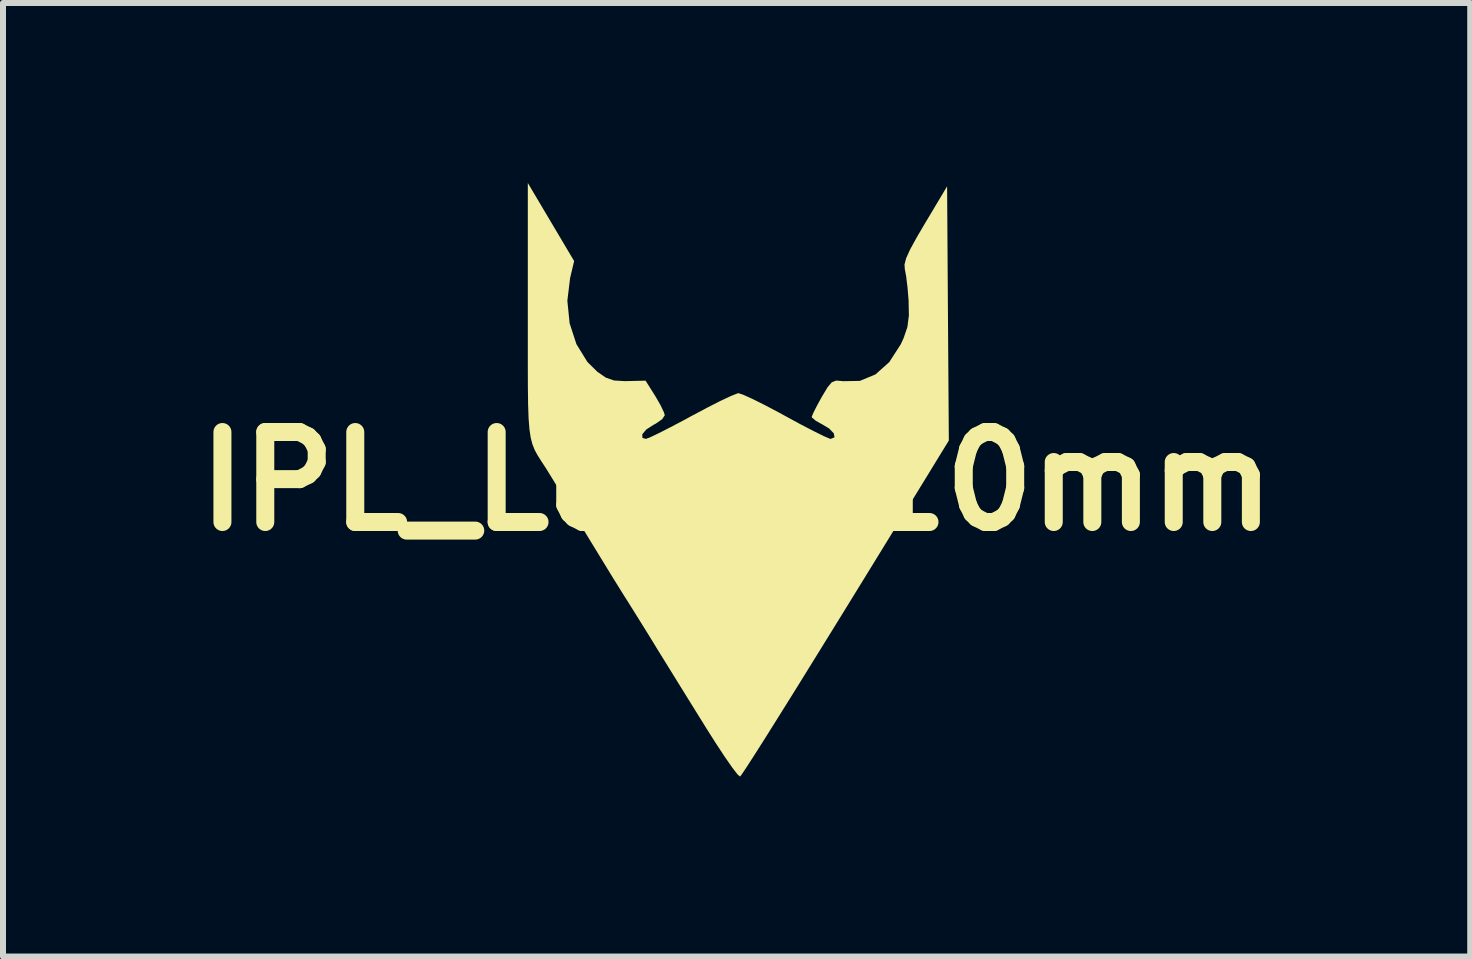
<source format=kicad_pcb>
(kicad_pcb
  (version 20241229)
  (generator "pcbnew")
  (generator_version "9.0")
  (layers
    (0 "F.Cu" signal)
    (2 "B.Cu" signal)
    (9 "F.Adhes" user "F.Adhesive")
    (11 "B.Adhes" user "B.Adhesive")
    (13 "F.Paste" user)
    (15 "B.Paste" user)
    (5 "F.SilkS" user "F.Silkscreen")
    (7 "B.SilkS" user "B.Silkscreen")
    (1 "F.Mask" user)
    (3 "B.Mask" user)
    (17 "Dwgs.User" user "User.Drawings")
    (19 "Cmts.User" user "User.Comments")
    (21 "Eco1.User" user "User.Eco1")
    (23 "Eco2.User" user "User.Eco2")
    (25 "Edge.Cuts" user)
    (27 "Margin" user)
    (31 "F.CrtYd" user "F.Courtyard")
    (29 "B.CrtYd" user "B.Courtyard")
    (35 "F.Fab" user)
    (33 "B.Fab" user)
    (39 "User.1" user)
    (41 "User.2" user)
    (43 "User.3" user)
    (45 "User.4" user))
  (footprint "IPL_Logo_10mm"
    (layer "F.Cu")
    (at 9.229 4.973)
    (property "Reference" "IPL_Logo_10mm" (at 0 0 0) (layer "F.SilkS") (effects (font (size 1.5 1.5) (thickness 0.3))))
    (attr board_only exclude_from_pos_files exclude_from_bom)
    (fp_poly (pts (xy -3.095 -4.322) (xy -2.709 -3.672) (xy -2.776 -3.389) (xy -2.822 -3.01) (xy -2.784 -2.634) (xy -2.671 -2.287) (xy -2.488 -1.99) (xy -2.323 -1.827) (xy -2.18 -1.728) (xy -2.045 -1.681) (xy -1.866 -1.67) (xy -1.818 -1.671) (xy -1.518 -1.678) (xy -1.358 -1.424) (xy -1.269 -1.27) (xy -1.211 -1.148) (xy -1.198 -1.101) (xy -1.242 -1.035) (xy -1.352 -0.959) (xy -1.387 -0.941) (xy -1.507 -0.863) (xy -1.573 -0.784) (xy -1.571 -0.724) (xy -1.514 -0.707) (xy -1.446 -0.732) (xy -1.301 -0.801) (xy -1.099 -0.904) (xy -0.858 -1.031) (xy -0.754 -1.088) (xy -0.5 -1.223) (xy -0.275 -1.338) (xy -0.098 -1.421) (xy 0.012 -1.465) (xy 0.032 -1.469) (xy 0.11 -1.443) (xy 0.262 -1.374) (xy 0.471 -1.27) (xy 0.715 -1.141) (xy 0.812 -1.088) (xy 1.062 -0.952) (xy 1.282 -0.838) (xy 1.451 -0.754) (xy 1.551 -0.711) (xy 1.567 -0.707) (xy 1.632 -0.734) (xy 1.619 -0.8) (xy 1.541 -0.881) (xy 1.441 -0.941) (xy 1.32 -1.009) (xy 1.255 -1.064) (xy 1.251 -1.073) (xy 1.277 -1.139) (xy 1.343 -1.269) (xy 1.419 -1.407) (xy 1.515 -1.567) (xy 1.586 -1.651) (xy 1.659 -1.679) (xy 1.76 -1.671) (xy 1.77 -1.669) (xy 2.054 -1.674) (xy 2.314 -1.782) (xy 2.544 -1.987) (xy 2.736 -2.285) (xy 2.783 -2.387) (xy 2.846 -2.571) (xy 2.871 -2.764) (xy 2.866 -3.014) (xy 2.866 -3.018) (xy 2.848 -3.233) (xy 2.825 -3.421) (xy 2.803 -3.538) (xy 2.798 -3.614) (xy 2.825 -3.718) (xy 2.891 -3.864) (xy 3.004 -4.07) (xy 3.137 -4.296) (xy 3.508 -4.917) (xy 3.522 -2.798) (xy 3.537 -0.68) (xy 3.137 -0.027) (xy 2.625 0.807) (xy 2.155 1.572) (xy 1.728 2.265) (xy 1.346 2.883) (xy 1.011 3.424) (xy 0.723 3.885) (xy 0.485 4.265) (xy 0.297 4.561) (xy 0.162 4.77) (xy 0.081 4.891) (xy 0.056 4.921) (xy 0.015 4.886) (xy -0.073 4.772) (xy -0.198 4.592) (xy -0.35 4.361) (xy -0.52 4.093) (xy -0.52 4.092) (xy -0.722 3.767) (xy -0.934 3.425) (xy -1.138 3.095) (xy -1.316 2.808) (xy -1.403 2.665) (xy -1.552 2.424) (xy -1.693 2.198) (xy -1.808 2.014) (xy -1.878 1.904) (xy -1.945 1.796) (xy -2.058 1.615) (xy -2.203 1.378) (xy -2.37 1.105) (xy -2.53 0.843) (xy -2.706 0.553) (xy -2.871 0.283) (xy -3.013 0.051) (xy -3.121 -0.124) (xy -3.179 -0.218) (xy -3.255 -0.334) (xy -3.317 -0.432) (xy -3.366 -0.522) (xy -3.404 -0.617) (xy -3.433 -0.728) (xy -3.454 -0.868) (xy -3.468 -1.048) (xy -3.476 -1.279) (xy -3.48 -1.575) (xy -3.481 -1.946) (xy -3.481 -2.405) (xy -3.481 -2.838) (xy -3.481 -4.973)) (stroke (width 0) (type solid)) (fill yes) (layer "F.SilkS")))
  (gr_rect
    (start -3 -3)
    (end 21.457 12.894)
    (stroke (width 0.1) (type default))
    (fill no)
    (layer "Edge.Cuts")))
</source>
